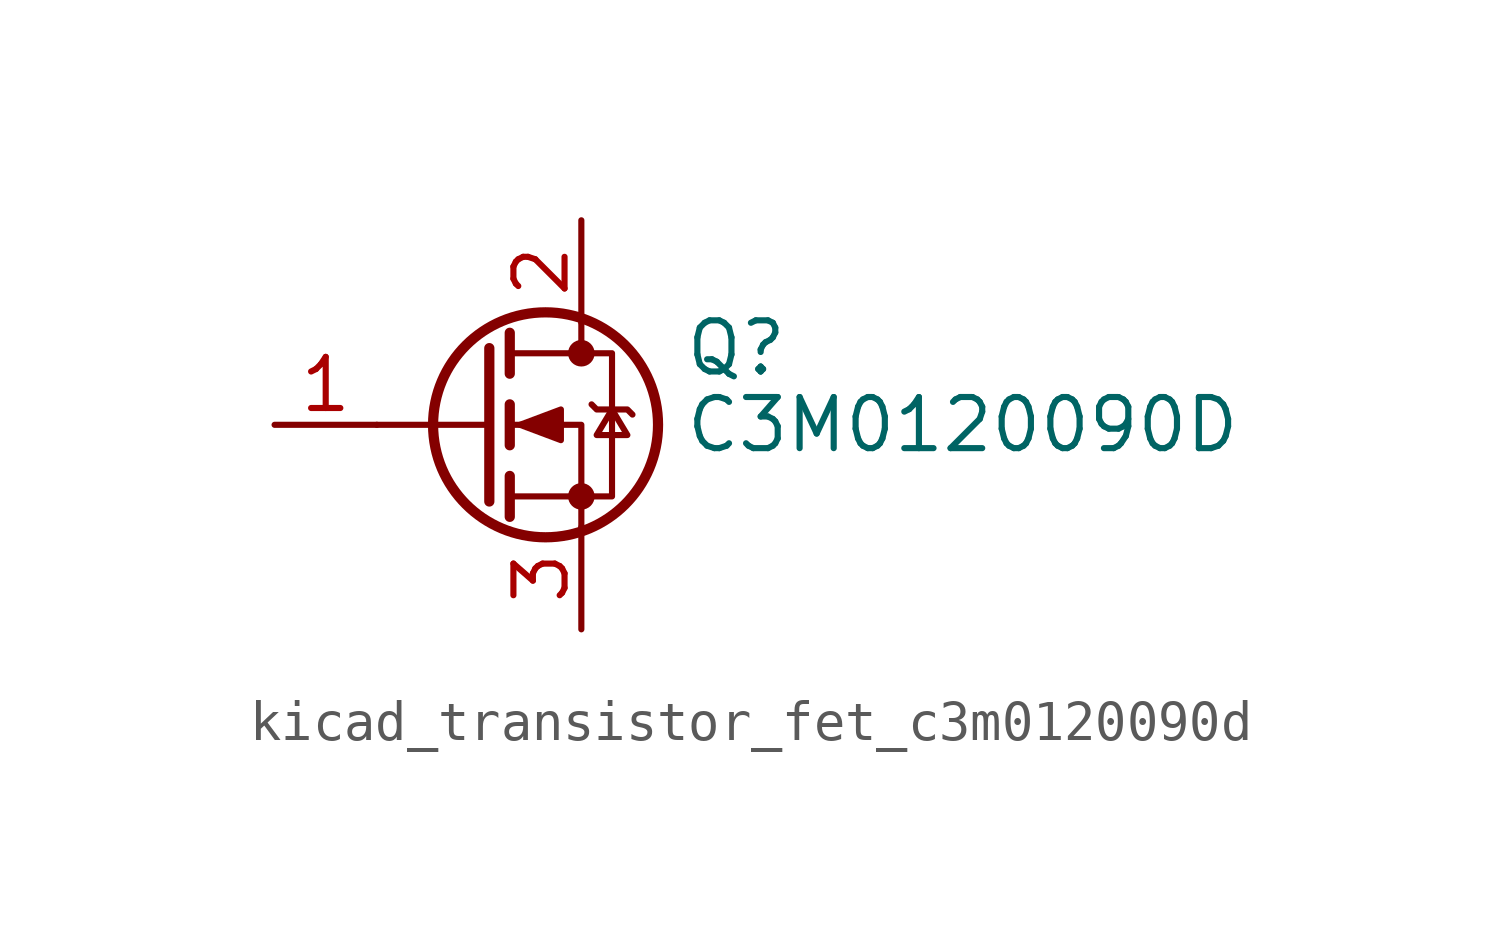
<source format=kicad_sym>
(kicad_symbol_lib
  (version 20220914)
  (generator kicad_symbol_editor)
  (symbol "kicad_transistor_fet_c3m0120090d"
    (pin_names hide)
    (property "Reference" "Q"
      (at 5.08 1.905 0)
      (effects (font (size 1.27 1.27)) (justify left)))
    (property "Value" "C3M0120090D"
      (at 5.08 0 0)
      (effects (font (size 1.27 1.27)) (justify left)))
    (symbol "kicad_transistor_fet_c3m0120090d_0_1"
      (polyline (pts (xy 0.254 0) (xy -2.54 0)) (stroke (width 0) (type default)) (fill (type none)))
      (polyline (pts (xy 0.254 1.905) (xy 0.254 -1.905)) (stroke (width 0.254) (type default)) (fill (type none)))
      (polyline (pts (xy 0.762 -1.27) (xy 0.762 -2.286)) (stroke (width 0.254) (type default)) (fill (type none)))
      (polyline (pts (xy 0.762 0.508) (xy 0.762 -0.508)) (stroke (width 0.254) (type default)) (fill (type none)))
      (polyline (pts (xy 0.762 2.286) (xy 0.762 1.27)) (stroke (width 0.254) (type default)) (fill (type none)))
      (polyline (pts (xy 2.54 2.54) (xy 2.54 1.778)) (stroke (width 0) (type default)) (fill (type none)))
      (polyline (pts (xy 2.54 -2.54) (xy 2.54 0) (xy 0.762 0)) (stroke (width 0) (type default)) (fill (type none)))
      (polyline (pts (xy 0.762 -1.778) (xy 3.302 -1.778) (xy 3.302 1.778) (xy 0.762 1.778)) (stroke (width 0) (type default)) (fill (type none)))
      (polyline (pts (xy 1.016 0) (xy 2.032 0.381) (xy 2.032 -0.381) (xy 1.016 0)) (stroke (width 0) (type default)) (fill (type outline)))
      (polyline (pts (xy 2.794 0.508) (xy 2.921 0.381) (xy 3.683 0.381) (xy 3.81 0.254)) (stroke (width 0) (type default)) (fill (type none)))
      (polyline (pts (xy 3.302 0.381) (xy 2.921 -0.254) (xy 3.683 -0.254) (xy 3.302 0.381)) (stroke (width 0) (type default)) (fill (type none)))
      (circle (center 1.651 0) (radius 2.794) (stroke (width 0.254) (type default)) (fill (type none)))
      (circle (center 2.54 -1.778) (radius 0.254) (stroke (width 0) (type default)) (fill (type outline)))
      (circle (center 2.54 1.778) (radius 0.254) (stroke (width 0) (type default)) (fill (type outline))))
    (symbol "kicad_transistor_fet_c3m0120090d_1_1"
      (pin input line (at -5.08 0 0) (length 2.54) (name "G" (effects (font (size 1.27 1.27)))) (number "1" (effects (font (size 1.27 1.27)))))
      (pin passive line (at 2.54 5.08 270) (length 2.54) (name "D" (effects (font (size 1.27 1.27)))) (number "2" (effects (font (size 1.27 1.27)))))
      (pin passive line (at 2.54 -5.08 90) (length 2.54) (name "S" (effects (font (size 1.27 1.27)))) (number "3" (effects (font (size 1.27 1.27))))))))
</source>
